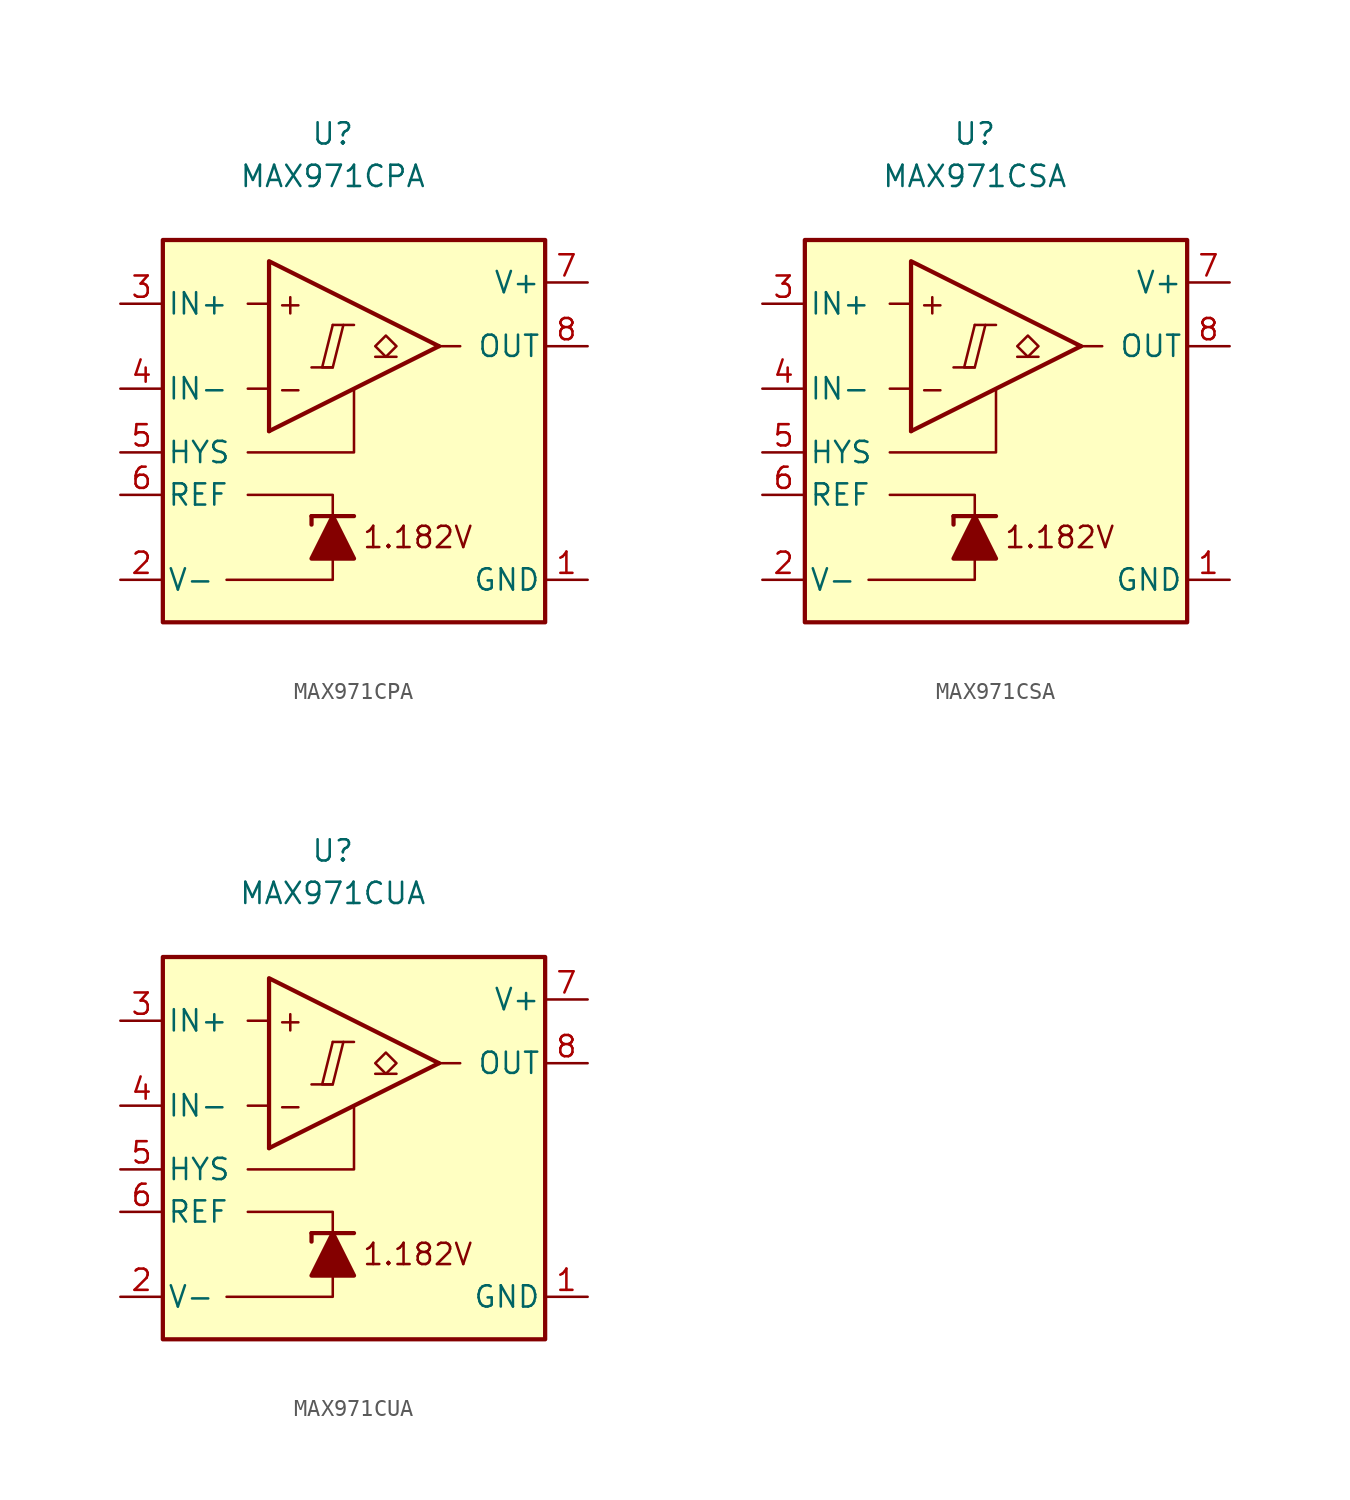
<source format=kicad_sym>
(kicad_symbol_lib
  (version 20231120)
  (generator "kicad_symbol_editor")
  (generator_version "8.0")
  (symbol "MAX971CPA"
    (pin_names
      (offset 0.254))
    (property "Reference" "U"
      (at 0 16.51 0)
      (effects (font (size 1.27 1.27))))
    (property "Value" "MAX971CPA"
      (at 0 13.97 0)
      (effects (font (size 1.27 1.27))))
    (symbol "MAX971CPA_0_0"
      (polyline (pts (xy -1.27 2.54) (xy 0 2.54)) (stroke (width 0.152) (type default)) (fill (type none)))
      (polyline (pts (xy 0 5.08) (xy 1.27 5.08)) (stroke (width 0.152) (type default)) (fill (type none)))
      (polyline (pts (xy 6.35 3.81) (xy -3.81 -1.27)) (stroke (width 0.254) (type default)) (fill (type none)))
      (polyline (pts (xy 6.35 3.81) (xy -3.81 8.89) (xy -3.81 -1.27)) (stroke (width 0.254) (type default)) (fill (type background)))
      (polyline (pts (xy 0 5.08) (xy -0.635 2.54) (xy 0 2.54) (xy 0.635 5.08)) (stroke (width 0.152) (type default)) (fill (type none)))
      (text "+" (at -2.54 6.35 0) (effects (font (size 1.27 1.27))))
      (text "-" (at -2.54 1.27 0) (effects (font (size 1.27 1.27))))
      (text "1.182V" (at 5.08 -7.62 0) (effects (font (size 1.27 1.27)))))
    (symbol "MAX971CPA_0_1"
      (polyline (pts (xy -3.81 1.27) (xy -5.08 1.27)) (stroke (width 0) (type default)) (fill (type none)))
      (polyline (pts (xy -3.81 6.35) (xy -5.08 6.35)) (stroke (width 0) (type default)) (fill (type none)))
      (polyline (pts (xy -1.27 -6.35) (xy -1.27 -6.858)) (stroke (width 0.254) (type default)) (fill (type none)))
      (polyline (pts (xy -1.27 -6.35) (xy 1.27 -6.35)) (stroke (width 0.254) (type default)) (fill (type none)))
      (polyline (pts (xy 6.35 3.81) (xy 7.62 3.81)) (stroke (width 0) (type default)) (fill (type none)))
      (polyline (pts (xy 0 -8.89) (xy 0 -10.16) (xy -6.35 -10.16)) (stroke (width 0) (type default)) (fill (type none)))
      (polyline (pts (xy 0 -6.35) (xy 0 -5.08) (xy -5.08 -5.08)) (stroke (width 0) (type default)) (fill (type none)))
      (polyline (pts (xy 1.27 1.27) (xy 1.27 -2.54) (xy -5.08 -2.54)) (stroke (width 0) (type default)) (fill (type none)))
      (polyline (pts (xy 1.27 -8.89) (xy -1.27 -8.89) (xy 0 -6.35) (xy 1.27 -8.89)) (stroke (width 0.254) (type default)) (fill (type outline)))
      (rectangle (start 12.7 10.16) (end -10.16 -12.7) (stroke (width 0.254) (type default)) (fill (type background))))
    (symbol "MAX971CPA_1_1"
      (polyline (pts (xy 3.81 3.175) (xy 2.54 3.175)) (stroke (width 0.152) (type default)) (fill (type none)))
      (polyline (pts (xy 3.175 3.175) (xy 2.54 3.81) (xy 3.175 4.445) (xy 3.81 3.81) (xy 3.175 3.175)) (stroke (width 0.152) (type default)) (fill (type none)))
      (pin power_in line (at 15.24 -10.16 180) (length 2.54) (name "GND" (effects (font (size 1.27 1.27)))) (number "1" (effects (font (size 1.27 1.27)))))
      (pin power_in line (at -12.7 -10.16 0) (length 2.54) (name "V-" (effects (font (size 1.27 1.27)))) (number "2" (effects (font (size 1.27 1.27)))))
      (pin input line (at -12.7 6.35 0) (length 2.54) (name "IN+" (effects (font (size 1.27 1.27)))) (number "3" (effects (font (size 1.27 1.27)))))
      (pin input line (at -12.7 1.27 0) (length 2.54) (name "IN-" (effects (font (size 1.27 1.27)))) (number "4" (effects (font (size 1.27 1.27)))))
      (pin input line (at -12.7 -2.54 0) (length 2.54) (name "HYS" (effects (font (size 1.27 1.27)))) (number "5" (effects (font (size 1.27 1.27)))))
      (pin output line (at -12.7 -5.08 0) (length 2.54) (name "REF" (effects (font (size 1.27 1.27)))) (number "6" (effects (font (size 1.27 1.27)))))
      (pin power_in line (at 15.24 7.62 180) (length 2.54) (name "V+" (effects (font (size 1.27 1.27)))) (number "7" (effects (font (size 1.27 1.27)))))
      (pin open_collector line (at 15.24 3.81 180) (length 2.54) (name "OUT" (effects (font (size 1.27 1.27)))) (number "8" (effects (font (size 1.27 1.27)))))))
  (symbol "MAX971CSA"
    (pin_names
      (offset 0.254))
    (property "Reference" "U"
      (at 0 16.51 0)
      (effects (font (size 1.27 1.27))))
    (property "Value" "MAX971CSA"
      (at 0 13.97 0)
      (effects (font (size 1.27 1.27))))
    (symbol "MAX971CSA_0_0"
      (polyline (pts (xy -1.27 2.54) (xy 0 2.54)) (stroke (width 0.152) (type default)) (fill (type none)))
      (polyline (pts (xy 0 5.08) (xy 1.27 5.08)) (stroke (width 0.152) (type default)) (fill (type none)))
      (polyline (pts (xy 6.35 3.81) (xy -3.81 -1.27)) (stroke (width 0.254) (type default)) (fill (type none)))
      (polyline (pts (xy 6.35 3.81) (xy -3.81 8.89) (xy -3.81 -1.27)) (stroke (width 0.254) (type default)) (fill (type background)))
      (polyline (pts (xy 0 5.08) (xy -0.635 2.54) (xy 0 2.54) (xy 0.635 5.08)) (stroke (width 0.152) (type default)) (fill (type none)))
      (text "+" (at -2.54 6.35 0) (effects (font (size 1.27 1.27))))
      (text "-" (at -2.54 1.27 0) (effects (font (size 1.27 1.27))))
      (text "1.182V" (at 5.08 -7.62 0) (effects (font (size 1.27 1.27)))))
    (symbol "MAX971CSA_0_1"
      (polyline (pts (xy -3.81 1.27) (xy -5.08 1.27)) (stroke (width 0) (type default)) (fill (type none)))
      (polyline (pts (xy -3.81 6.35) (xy -5.08 6.35)) (stroke (width 0) (type default)) (fill (type none)))
      (polyline (pts (xy -1.27 -6.35) (xy -1.27 -6.858)) (stroke (width 0.254) (type default)) (fill (type none)))
      (polyline (pts (xy -1.27 -6.35) (xy 1.27 -6.35)) (stroke (width 0.254) (type default)) (fill (type none)))
      (polyline (pts (xy 6.35 3.81) (xy 7.62 3.81)) (stroke (width 0) (type default)) (fill (type none)))
      (polyline (pts (xy 0 -8.89) (xy 0 -10.16) (xy -6.35 -10.16)) (stroke (width 0) (type default)) (fill (type none)))
      (polyline (pts (xy 0 -6.35) (xy 0 -5.08) (xy -5.08 -5.08)) (stroke (width 0) (type default)) (fill (type none)))
      (polyline (pts (xy 1.27 1.27) (xy 1.27 -2.54) (xy -5.08 -2.54)) (stroke (width 0) (type default)) (fill (type none)))
      (polyline (pts (xy 1.27 -8.89) (xy -1.27 -8.89) (xy 0 -6.35) (xy 1.27 -8.89)) (stroke (width 0.254) (type default)) (fill (type outline)))
      (rectangle (start 12.7 10.16) (end -10.16 -12.7) (stroke (width 0.254) (type default)) (fill (type background))))
    (symbol "MAX971CSA_1_1"
      (polyline (pts (xy 3.81 3.175) (xy 2.54 3.175)) (stroke (width 0.152) (type default)) (fill (type none)))
      (polyline (pts (xy 3.175 3.175) (xy 2.54 3.81) (xy 3.175 4.445) (xy 3.81 3.81) (xy 3.175 3.175)) (stroke (width 0.152) (type default)) (fill (type none)))
      (pin power_in line (at 15.24 -10.16 180) (length 2.54) (name "GND" (effects (font (size 1.27 1.27)))) (number "1" (effects (font (size 1.27 1.27)))))
      (pin power_in line (at -12.7 -10.16 0) (length 2.54) (name "V-" (effects (font (size 1.27 1.27)))) (number "2" (effects (font (size 1.27 1.27)))))
      (pin input line (at -12.7 6.35 0) (length 2.54) (name "IN+" (effects (font (size 1.27 1.27)))) (number "3" (effects (font (size 1.27 1.27)))))
      (pin input line (at -12.7 1.27 0) (length 2.54) (name "IN-" (effects (font (size 1.27 1.27)))) (number "4" (effects (font (size 1.27 1.27)))))
      (pin input line (at -12.7 -2.54 0) (length 2.54) (name "HYS" (effects (font (size 1.27 1.27)))) (number "5" (effects (font (size 1.27 1.27)))))
      (pin output line (at -12.7 -5.08 0) (length 2.54) (name "REF" (effects (font (size 1.27 1.27)))) (number "6" (effects (font (size 1.27 1.27)))))
      (pin power_in line (at 15.24 7.62 180) (length 2.54) (name "V+" (effects (font (size 1.27 1.27)))) (number "7" (effects (font (size 1.27 1.27)))))
      (pin open_collector line (at 15.24 3.81 180) (length 2.54) (name "OUT" (effects (font (size 1.27 1.27)))) (number "8" (effects (font (size 1.27 1.27)))))))
  (symbol "MAX971CUA"
    (pin_names
      (offset 0.254))
    (property "Reference" "U"
      (at 0 16.51 0)
      (effects (font (size 1.27 1.27))))
    (property "Value" "MAX971CUA"
      (at 0 13.97 0)
      (effects (font (size 1.27 1.27))))
    (symbol "MAX971CUA_0_0"
      (polyline (pts (xy -1.27 2.54) (xy 0 2.54)) (stroke (width 0.152) (type default)) (fill (type none)))
      (polyline (pts (xy 0 5.08) (xy 1.27 5.08)) (stroke (width 0.152) (type default)) (fill (type none)))
      (polyline (pts (xy 6.35 3.81) (xy -3.81 -1.27)) (stroke (width 0.254) (type default)) (fill (type none)))
      (polyline (pts (xy 6.35 3.81) (xy -3.81 8.89) (xy -3.81 -1.27)) (stroke (width 0.254) (type default)) (fill (type background)))
      (polyline (pts (xy 0 5.08) (xy -0.635 2.54) (xy 0 2.54) (xy 0.635 5.08)) (stroke (width 0.152) (type default)) (fill (type none)))
      (text "+" (at -2.54 6.35 0) (effects (font (size 1.27 1.27))))
      (text "-" (at -2.54 1.27 0) (effects (font (size 1.27 1.27))))
      (text "1.182V" (at 5.08 -7.62 0) (effects (font (size 1.27 1.27)))))
    (symbol "MAX971CUA_0_1"
      (polyline (pts (xy -3.81 1.27) (xy -5.08 1.27)) (stroke (width 0) (type default)) (fill (type none)))
      (polyline (pts (xy -3.81 6.35) (xy -5.08 6.35)) (stroke (width 0) (type default)) (fill (type none)))
      (polyline (pts (xy -1.27 -6.35) (xy -1.27 -6.858)) (stroke (width 0.254) (type default)) (fill (type none)))
      (polyline (pts (xy -1.27 -6.35) (xy 1.27 -6.35)) (stroke (width 0.254) (type default)) (fill (type none)))
      (polyline (pts (xy 6.35 3.81) (xy 7.62 3.81)) (stroke (width 0) (type default)) (fill (type none)))
      (polyline (pts (xy 0 -8.89) (xy 0 -10.16) (xy -6.35 -10.16)) (stroke (width 0) (type default)) (fill (type none)))
      (polyline (pts (xy 0 -6.35) (xy 0 -5.08) (xy -5.08 -5.08)) (stroke (width 0) (type default)) (fill (type none)))
      (polyline (pts (xy 1.27 1.27) (xy 1.27 -2.54) (xy -5.08 -2.54)) (stroke (width 0) (type default)) (fill (type none)))
      (polyline (pts (xy 1.27 -8.89) (xy -1.27 -8.89) (xy 0 -6.35) (xy 1.27 -8.89)) (stroke (width 0.254) (type default)) (fill (type outline)))
      (rectangle (start 12.7 10.16) (end -10.16 -12.7) (stroke (width 0.254) (type default)) (fill (type background))))
    (symbol "MAX971CUA_1_1"
      (polyline (pts (xy 3.81 3.175) (xy 2.54 3.175)) (stroke (width 0.152) (type default)) (fill (type none)))
      (polyline (pts (xy 3.175 3.175) (xy 2.54 3.81) (xy 3.175 4.445) (xy 3.81 3.81) (xy 3.175 3.175)) (stroke (width 0.152) (type default)) (fill (type none)))
      (pin power_in line (at 15.24 -10.16 180) (length 2.54) (name "GND" (effects (font (size 1.27 1.27)))) (number "1" (effects (font (size 1.27 1.27)))))
      (pin power_in line (at -12.7 -10.16 0) (length 2.54) (name "V-" (effects (font (size 1.27 1.27)))) (number "2" (effects (font (size 1.27 1.27)))))
      (pin input line (at -12.7 6.35 0) (length 2.54) (name "IN+" (effects (font (size 1.27 1.27)))) (number "3" (effects (font (size 1.27 1.27)))))
      (pin input line (at -12.7 1.27 0) (length 2.54) (name "IN-" (effects (font (size 1.27 1.27)))) (number "4" (effects (font (size 1.27 1.27)))))
      (pin input line (at -12.7 -2.54 0) (length 2.54) (name "HYS" (effects (font (size 1.27 1.27)))) (number "5" (effects (font (size 1.27 1.27)))))
      (pin output line (at -12.7 -5.08 0) (length 2.54) (name "REF" (effects (font (size 1.27 1.27)))) (number "6" (effects (font (size 1.27 1.27)))))
      (pin power_in line (at 15.24 7.62 180) (length 2.54) (name "V+" (effects (font (size 1.27 1.27)))) (number "7" (effects (font (size 1.27 1.27)))))
      (pin open_collector line (at 15.24 3.81 180) (length 2.54) (name "OUT" (effects (font (size 1.27 1.27)))) (number "8" (effects (font (size 1.27 1.27))))))))
</source>
